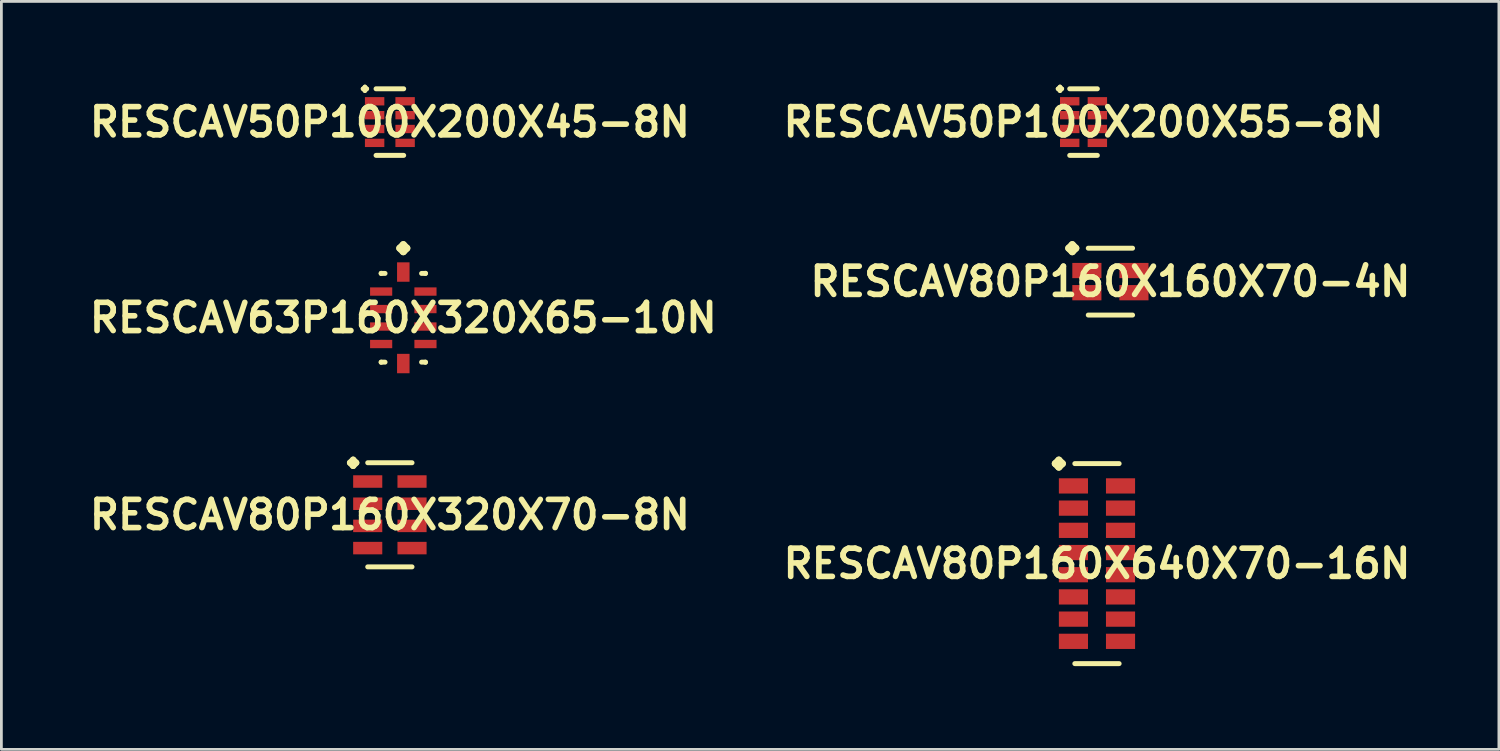
<source format=kicad_pcb>
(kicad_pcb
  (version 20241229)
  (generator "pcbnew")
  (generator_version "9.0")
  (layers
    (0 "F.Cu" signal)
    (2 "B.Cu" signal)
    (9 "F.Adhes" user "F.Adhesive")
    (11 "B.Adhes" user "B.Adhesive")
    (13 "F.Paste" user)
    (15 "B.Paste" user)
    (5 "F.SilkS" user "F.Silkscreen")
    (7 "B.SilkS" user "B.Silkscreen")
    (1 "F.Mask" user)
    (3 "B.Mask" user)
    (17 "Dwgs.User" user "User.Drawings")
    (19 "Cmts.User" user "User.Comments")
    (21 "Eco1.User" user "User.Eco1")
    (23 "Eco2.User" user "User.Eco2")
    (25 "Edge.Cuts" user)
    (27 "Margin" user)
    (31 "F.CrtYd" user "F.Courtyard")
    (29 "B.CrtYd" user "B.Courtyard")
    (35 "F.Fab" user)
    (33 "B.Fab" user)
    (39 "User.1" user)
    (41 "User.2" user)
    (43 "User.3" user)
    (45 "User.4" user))
  (footprint "RESCAV50P100X200X55-8N"
    (layer "F.Cu")
    (at 35.976 1.347)
    (property "Reference" "RESCAV50P100X200X55-8N" (at 0 0 0) (layer "F.SilkS") (effects (font (size 1.016 1.016) (thickness 0.203))))
    (attr smd)
    (fp_line (start -0.925 -1.199) (end -0.848 -1.273) (stroke (width 0.15) (type solid)) (layer "F.SilkS"))
    (fp_line (start -0.848 -1.273) (end -0.775 -1.199) (stroke (width 0.15) (type solid)) (layer "F.SilkS"))
    (fp_line (start -0.848 -1.123) (end -0.925 -1.199) (stroke (width 0.15) (type solid)) (layer "F.SilkS"))
    (fp_line (start -0.775 -1.199) (end -0.848 -1.123) (stroke (width 0.15) (type solid)) (layer "F.SilkS"))
    (fp_line (start -0.498 -1.199) (end 0.498 -1.199) (stroke (width 0.178) (type solid)) (layer "F.SilkS"))
    (fp_line (start -0.498 1.199) (end 0.498 1.199) (stroke (width 0.178) (type solid)) (layer "F.SilkS"))
    (pad "1" smd rect (at -0.498 -0.749) (size 0.699 0.3) (layers "F.Cu" "F.Mask" "F.Paste"))
    (pad "2" smd rect (at -0.498 -0.249) (size 0.699 0.3) (layers "F.Cu" "F.Mask" "F.Paste"))
    (pad "3" smd rect (at -0.498 0.249) (size 0.699 0.3) (layers "F.Cu" "F.Mask" "F.Paste"))
    (pad "4" smd rect (at -0.498 0.749) (size 0.699 0.3) (layers "F.Cu" "F.Mask" "F.Paste"))
    (pad "5" smd rect (at 0.498 0.749) (size 0.699 0.3) (layers "F.Cu" "F.Mask" "F.Paste"))
    (pad "6" smd rect (at 0.498 0.249) (size 0.699 0.3) (layers "F.Cu" "F.Mask" "F.Paste"))
    (pad "7" smd rect (at 0.498 -0.249) (size 0.699 0.3) (layers "F.Cu" "F.Mask" "F.Paste"))
    (pad "8" smd rect (at 0.498 -0.749) (size 0.699 0.3) (layers "F.Cu" "F.Mask" "F.Paste")))
  (footprint "RESCAV80P160X320X70-8N"
    (layer "F.Cu")
    (at 10.992 15.492)
    (property "Reference" "RESCAV80P160X320X70-8N" (at 0 0 0) (layer "F.SilkS") (effects (font (size 1.016 1.016) (thickness 0.203))))
    (attr smd)
    (fp_line (start -1.435 -1.875) (end -1.323 -1.986) (stroke (width 0.224) (type solid)) (layer "F.SilkS"))
    (fp_line (start -1.323 -1.986) (end -1.212 -1.875) (stroke (width 0.224) (type solid)) (layer "F.SilkS"))
    (fp_line (start -1.323 -1.76) (end -1.435 -1.875) (stroke (width 0.224) (type solid)) (layer "F.SilkS"))
    (fp_line (start -1.212 -1.875) (end -1.323 -1.76) (stroke (width 0.224) (type solid)) (layer "F.SilkS"))
    (fp_line (start -0.798 -1.875) (end 0.798 -1.875) (stroke (width 0.178) (type solid)) (layer "F.SilkS"))
    (fp_line (start -0.798 1.875) (end 0.798 1.875) (stroke (width 0.178) (type solid)) (layer "F.SilkS"))
    (pad "1" smd rect (at -0.798 -1.199) (size 1.049 0.45) (layers "F.Cu" "F.Mask" "F.Paste"))
    (pad "2" smd rect (at -0.798 -0.399) (size 1.049 0.45) (layers "F.Cu" "F.Mask" "F.Paste"))
    (pad "3" smd rect (at -0.798 0.399) (size 1.049 0.45) (layers "F.Cu" "F.Mask" "F.Paste"))
    (pad "4" smd rect (at -0.798 1.199) (size 1.049 0.45) (layers "F.Cu" "F.Mask" "F.Paste"))
    (pad "5" smd rect (at 0.798 1.199) (size 1.049 0.45) (layers "F.Cu" "F.Mask" "F.Paste"))
    (pad "6" smd rect (at 0.798 0.399) (size 1.049 0.45) (layers "F.Cu" "F.Mask" "F.Paste"))
    (pad "7" smd rect (at 0.798 -0.399) (size 1.049 0.45) (layers "F.Cu" "F.Mask" "F.Paste"))
    (pad "8" smd rect (at 0.798 -1.199) (size 1.049 0.45) (layers "F.Cu" "F.Mask" "F.Paste")))
  (footprint "RESCAV80P160X160X70-4N"
    (layer "F.Cu")
    (at 36.944 7.093)
    (property "Reference" "RESCAV80P160X160X70-4N" (at 0 0 0) (layer "F.SilkS") (effects (font (size 1.016 1.016) (thickness 0.203))))
    (attr smd)
    (fp_line (start -1.501 -1.204) (end -1.374 -1.331) (stroke (width 0.254) (type solid)) (layer "F.SilkS"))
    (fp_line (start -1.374 -1.331) (end -1.247 -1.204) (stroke (width 0.254) (type solid)) (layer "F.SilkS"))
    (fp_line (start -1.374 -1.077) (end -1.501 -1.204) (stroke (width 0.254) (type solid)) (layer "F.SilkS"))
    (fp_line (start -1.247 -1.204) (end -1.374 -1.077) (stroke (width 0.254) (type solid)) (layer "F.SilkS"))
    (fp_line (start -0.798 -1.204) (end 0.798 -1.204) (stroke (width 0.178) (type solid)) (layer "F.SilkS"))
    (fp_line (start -0.798 1.204) (end 0.798 1.204) (stroke (width 0.178) (type solid)) (layer "F.SilkS"))
    (pad "1" smd rect (at -0.848 -0.399) (size 1.049 0.549) (layers "F.Cu" "F.Mask" "F.Paste"))
    (pad "2" smd rect (at -0.848 0.399) (size 1.049 0.549) (layers "F.Cu" "F.Mask" "F.Paste"))
    (pad "3" smd rect (at 0.848 0.399) (size 1.049 0.549) (layers "F.Cu" "F.Mask" "F.Paste"))
    (pad "4" smd rect (at 0.848 -0.399) (size 1.049 0.549) (layers "F.Cu" "F.Mask" "F.Paste")))
  (footprint "RESCAV63P160X320X65-10N"
    (layer "F.Cu")
    (at 11.476 8.396)
    (property "Reference" "RESCAV63P160X320X65-10N" (at 0 0 0) (layer "F.SilkS") (effects (font (size 1.016 1.016) (thickness 0.203))))
    (attr smd)
    (fp_line (start -0.798 -1.603) (end -0.798 -1.598) (stroke (width 0.178) (type solid)) (layer "F.SilkS"))
    (fp_line (start -0.798 -1.598) (end -0.658 -1.598) (stroke (width 0.178) (type solid)) (layer "F.SilkS"))
    (fp_line (start -0.798 1.598) (end -0.658 1.598) (stroke (width 0.178) (type solid)) (layer "F.SilkS"))
    (fp_line (start -0.798 1.603) (end -0.798 1.598) (stroke (width 0.178) (type solid)) (layer "F.SilkS"))
    (fp_line (start -0.127 -2.507) (end 0 -2.634) (stroke (width 0.254) (type solid)) (layer "F.SilkS"))
    (fp_line (start 0 -2.634) (end 0.127 -2.507) (stroke (width 0.254) (type solid)) (layer "F.SilkS"))
    (fp_line (start 0 -2.38) (end -0.127 -2.507) (stroke (width 0.254) (type solid)) (layer "F.SilkS"))
    (fp_line (start 0.127 -2.507) (end 0 -2.38) (stroke (width 0.254) (type solid)) (layer "F.SilkS"))
    (fp_line (start 0.798 -1.603) (end 0.798 -1.598) (stroke (width 0.178) (type solid)) (layer "F.SilkS"))
    (fp_line (start 0.798 -1.598) (end 0.658 -1.598) (stroke (width 0.178) (type solid)) (layer "F.SilkS"))
    (fp_line (start 0.798 1.598) (end 0.658 1.598) (stroke (width 0.178) (type solid)) (layer "F.SilkS"))
    (fp_line (start 0.798 1.603) (end 0.798 1.598) (stroke (width 0.178) (type solid)) (layer "F.SilkS"))
    (pad "1" smd rect (at 0 -1.648) (size 0.45 0.699) (layers "F.Cu" "F.Mask" "F.Paste"))
    (pad "2" smd rect (at -0.798 -0.945) (size 0.798 0.3) (layers "F.Cu" "F.Mask" "F.Paste"))
    (pad "3" smd rect (at -0.798 -0.315) (size 0.798 0.3) (layers "F.Cu" "F.Mask" "F.Paste"))
    (pad "4" smd rect (at -0.798 0.315) (size 0.798 0.3) (layers "F.Cu" "F.Mask" "F.Paste"))
    (pad "5" smd rect (at -0.798 0.945) (size 0.798 0.3) (layers "F.Cu" "F.Mask" "F.Paste"))
    (pad "6" smd rect (at 0 1.648) (size 0.45 0.699) (layers "F.Cu" "F.Mask" "F.Paste"))
    (pad "7" smd rect (at 0.798 0.945) (size 0.798 0.3) (layers "F.Cu" "F.Mask" "F.Paste"))
    (pad "8" smd rect (at 0.798 0.315) (size 0.798 0.3) (layers "F.Cu" "F.Mask" "F.Paste"))
    (pad "9" smd rect (at 0.798 -0.315) (size 0.798 0.3) (layers "F.Cu" "F.Mask" "F.Paste"))
    (pad "10" smd rect (at 0.798 -0.945) (size 0.798 0.3) (layers "F.Cu" "F.Mask" "F.Paste")))
  (footprint "RESCAV80P160X640X70-16N"
    (layer "F.Cu")
    (at 36.46 17.25)
    (property "Reference" "RESCAV80P160X640X70-16N" (at 0 0 0) (layer "F.SilkS") (effects (font (size 1.016 1.016) (thickness 0.203))))
    (attr smd)
    (fp_line (start -1.501 -3.602) (end -1.374 -3.729) (stroke (width 0.254) (type solid)) (layer "F.SilkS"))
    (fp_line (start -1.374 -3.729) (end -1.247 -3.602) (stroke (width 0.254) (type solid)) (layer "F.SilkS"))
    (fp_line (start -1.374 -3.475) (end -1.501 -3.602) (stroke (width 0.254) (type solid)) (layer "F.SilkS"))
    (fp_line (start -1.247 -3.602) (end -1.374 -3.475) (stroke (width 0.254) (type solid)) (layer "F.SilkS"))
    (fp_line (start -0.798 -3.602) (end 0.798 -3.602) (stroke (width 0.178) (type solid)) (layer "F.SilkS"))
    (fp_line (start -0.798 3.602) (end 0.798 3.602) (stroke (width 0.178) (type solid)) (layer "F.SilkS"))
    (pad "1" smd rect (at -0.848 -2.799) (size 1.049 0.549) (layers "F.Cu" "F.Mask" "F.Paste"))
    (pad "2" smd rect (at -0.848 -1.999) (size 1.049 0.549) (layers "F.Cu" "F.Mask" "F.Paste"))
    (pad "3" smd rect (at -0.848 -1.199) (size 1.049 0.549) (layers "F.Cu" "F.Mask" "F.Paste"))
    (pad "4" smd rect (at -0.848 -0.399) (size 1.049 0.549) (layers "F.Cu" "F.Mask" "F.Paste"))
    (pad "5" smd rect (at -0.848 0.399) (size 1.049 0.549) (layers "F.Cu" "F.Mask" "F.Paste"))
    (pad "6" smd rect (at -0.848 1.199) (size 1.049 0.549) (layers "F.Cu" "F.Mask" "F.Paste"))
    (pad "7" smd rect (at -0.848 1.999) (size 1.049 0.549) (layers "F.Cu" "F.Mask" "F.Paste"))
    (pad "8" smd rect (at -0.848 2.799) (size 1.049 0.549) (layers "F.Cu" "F.Mask" "F.Paste"))
    (pad "9" smd rect (at 0.848 2.799) (size 1.049 0.549) (layers "F.Cu" "F.Mask" "F.Paste"))
    (pad "10" smd rect (at 0.848 1.999) (size 1.049 0.549) (layers "F.Cu" "F.Mask" "F.Paste"))
    (pad "11" smd rect (at 0.848 1.199) (size 1.049 0.549) (layers "F.Cu" "F.Mask" "F.Paste"))
    (pad "12" smd rect (at 0.848 0.399) (size 1.049 0.549) (layers "F.Cu" "F.Mask" "F.Paste"))
    (pad "13" smd rect (at 0.848 -0.399) (size 1.049 0.549) (layers "F.Cu" "F.Mask" "F.Paste"))
    (pad "14" smd rect (at 0.848 -1.199) (size 1.049 0.549) (layers "F.Cu" "F.Mask" "F.Paste"))
    (pad "15" smd rect (at 0.848 -1.999) (size 1.049 0.549) (layers "F.Cu" "F.Mask" "F.Paste"))
    (pad "16" smd rect (at 0.848 -2.799) (size 1.049 0.549) (layers "F.Cu" "F.Mask" "F.Paste")))
  (footprint "RESCAV50P100X200X45-8N"
    (layer "F.Cu")
    (at 10.992 1.347)
    (property "Reference" "RESCAV50P100X200X45-8N" (at 0 0 0) (layer "F.SilkS") (effects (font (size 1.016 1.016) (thickness 0.203))))
    (attr smd)
    (fp_line (start -0.973 -1.199) (end -0.899 -1.273) (stroke (width 0.15) (type solid)) (layer "F.SilkS"))
    (fp_line (start -0.899 -1.273) (end -0.823 -1.199) (stroke (width 0.15) (type solid)) (layer "F.SilkS"))
    (fp_line (start -0.899 -1.123) (end -0.973 -1.199) (stroke (width 0.15) (type solid)) (layer "F.SilkS"))
    (fp_line (start -0.823 -1.199) (end -0.899 -1.123) (stroke (width 0.15) (type solid)) (layer "F.SilkS"))
    (fp_line (start -0.498 -1.199) (end 0.498 -1.199) (stroke (width 0.178) (type solid)) (layer "F.SilkS"))
    (fp_line (start -0.498 1.199) (end 0.498 1.199) (stroke (width 0.178) (type solid)) (layer "F.SilkS"))
    (pad "1" smd rect (at -0.549 -0.749) (size 0.699 0.3) (layers "F.Cu" "F.Mask" "F.Paste"))
    (pad "2" smd rect (at -0.549 -0.249) (size 0.699 0.3) (layers "F.Cu" "F.Mask" "F.Paste"))
    (pad "3" smd rect (at -0.549 0.249) (size 0.699 0.3) (layers "F.Cu" "F.Mask" "F.Paste"))
    (pad "4" smd rect (at -0.549 0.749) (size 0.699 0.3) (layers "F.Cu" "F.Mask" "F.Paste"))
    (pad "5" smd rect (at 0.549 0.749) (size 0.699 0.3) (layers "F.Cu" "F.Mask" "F.Paste"))
    (pad "6" smd rect (at 0.549 0.249) (size 0.699 0.3) (layers "F.Cu" "F.Mask" "F.Paste"))
    (pad "7" smd rect (at 0.549 -0.249) (size 0.699 0.3) (layers "F.Cu" "F.Mask" "F.Paste"))
    (pad "8" smd rect (at 0.549 -0.749) (size 0.699 0.3) (layers "F.Cu" "F.Mask" "F.Paste")))
  (gr_rect
    (start -3 -3)
    (end 50.936 23.94)
    (stroke (width 0.1) (type default))
    (fill no)
    (layer "Edge.Cuts")))
</source>
